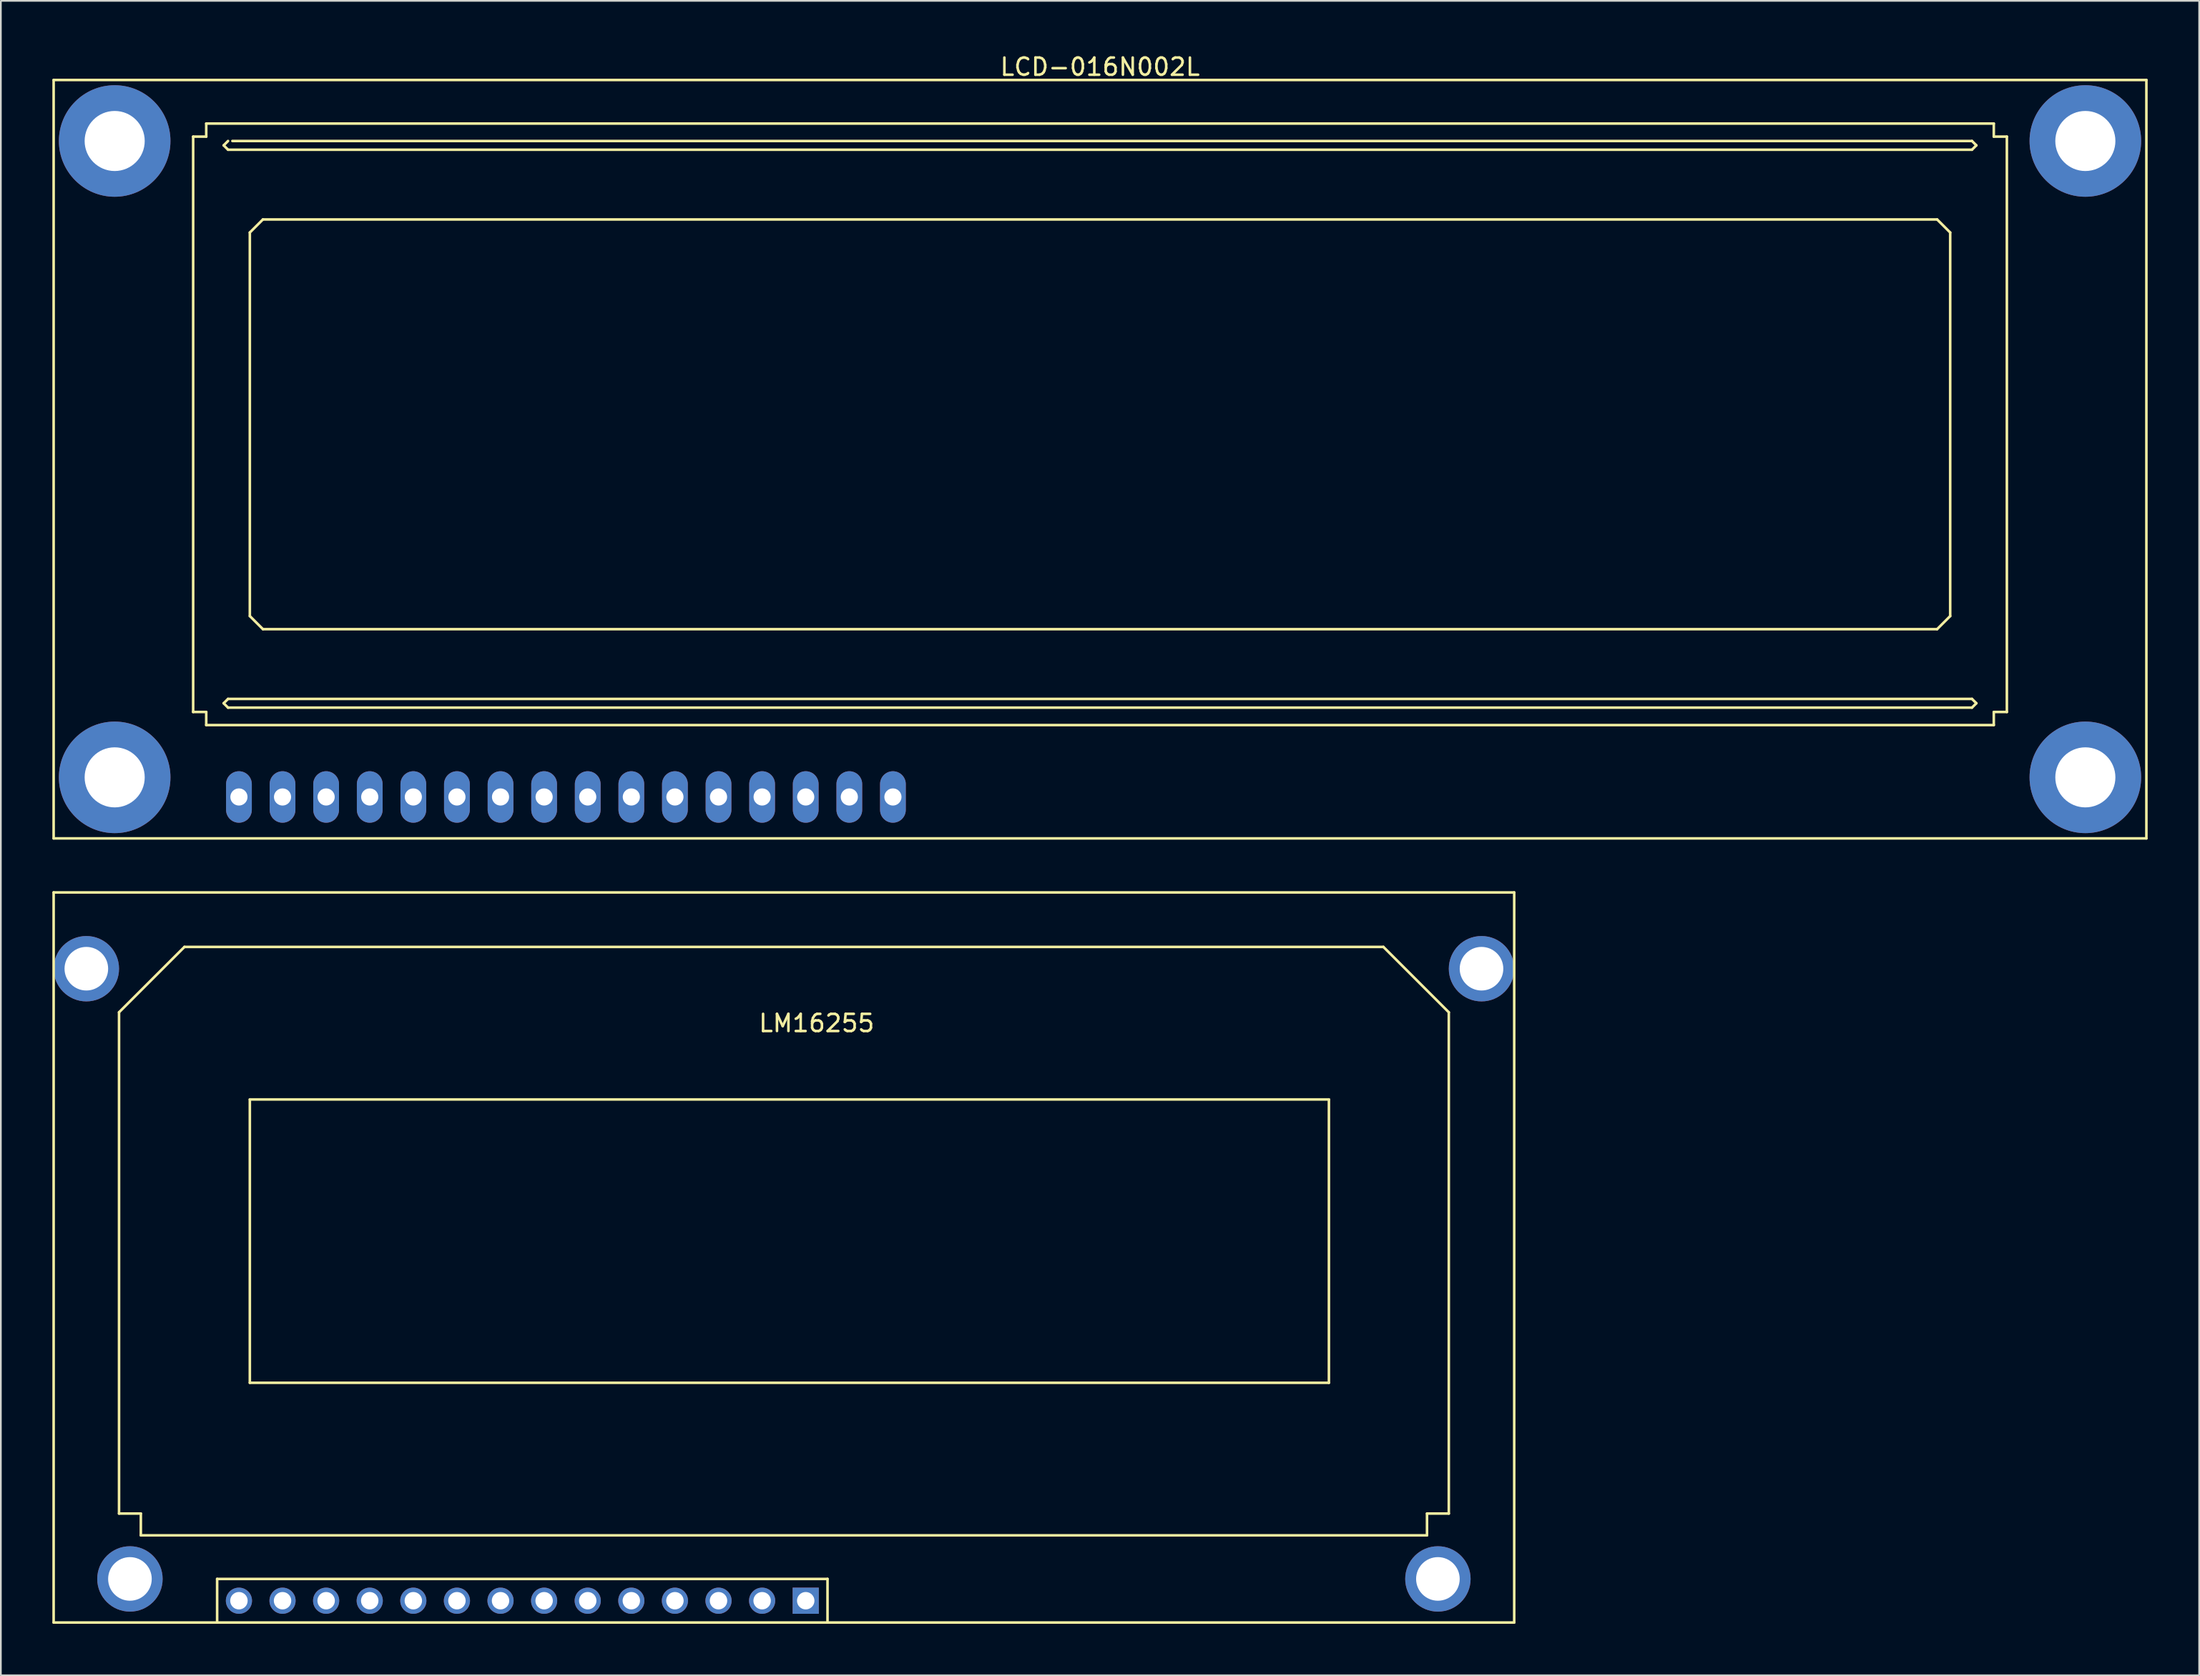
<source format=kicad_pcb>
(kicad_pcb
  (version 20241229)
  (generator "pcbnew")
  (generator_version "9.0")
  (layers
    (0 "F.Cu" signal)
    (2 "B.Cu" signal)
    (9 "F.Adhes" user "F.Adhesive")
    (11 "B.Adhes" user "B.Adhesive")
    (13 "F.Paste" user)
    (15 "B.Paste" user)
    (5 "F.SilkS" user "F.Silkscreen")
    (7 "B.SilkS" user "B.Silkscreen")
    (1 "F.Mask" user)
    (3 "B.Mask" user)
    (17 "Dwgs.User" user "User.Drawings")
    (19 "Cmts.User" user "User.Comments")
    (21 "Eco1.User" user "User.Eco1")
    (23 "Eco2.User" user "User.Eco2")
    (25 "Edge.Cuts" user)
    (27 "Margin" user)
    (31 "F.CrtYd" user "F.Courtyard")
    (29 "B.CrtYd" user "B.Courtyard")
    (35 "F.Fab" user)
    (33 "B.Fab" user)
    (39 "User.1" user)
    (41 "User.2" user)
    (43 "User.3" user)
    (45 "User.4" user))
  (footprint "LM16255"
    (layer "F.Cu")
    (at 27.38 90.231)
    (property "Reference" "LM16255" (at 17.145 -33.655 0) (layer "F.SilkS") (effects (font (size 1 1) (thickness 0.15))))
    (attr through_hole)
    (fp_line (start -27.305 -41.275) (end 57.785 -41.275) (stroke (width 0.15) (type solid)) (layer "F.SilkS"))
    (fp_line (start -27.305 1.27) (end -27.305 -41.275) (stroke (width 0.15) (type solid)) (layer "F.SilkS"))
    (fp_line (start -23.495 -34.29) (end -19.685 -38.1) (stroke (width 0.15) (type solid)) (layer "F.SilkS"))
    (fp_line (start -23.495 -5.08) (end -23.495 -34.29) (stroke (width 0.15) (type solid)) (layer "F.SilkS"))
    (fp_line (start -22.225 -5.08) (end -23.495 -5.08) (stroke (width 0.15) (type solid)) (layer "F.SilkS"))
    (fp_line (start -22.225 -3.81) (end -22.225 -5.08) (stroke (width 0.15) (type solid)) (layer "F.SilkS"))
    (fp_line (start -19.685 -38.1) (end 50.165 -38.1) (stroke (width 0.15) (type solid)) (layer "F.SilkS"))
    (fp_line (start -17.78 -1.27) (end 17.78 -1.27) (stroke (width 0.15) (type solid)) (layer "F.SilkS"))
    (fp_line (start -17.78 1.27) (end -17.78 -1.27) (stroke (width 0.15) (type solid)) (layer "F.SilkS"))
    (fp_line (start -15.875 -29.21) (end 46.99 -29.21) (stroke (width 0.15) (type solid)) (layer "F.SilkS"))
    (fp_line (start -15.875 -12.7) (end -15.875 -29.21) (stroke (width 0.15) (type solid)) (layer "F.SilkS"))
    (fp_line (start 17.78 -1.27) (end 17.78 1.27) (stroke (width 0.15) (type solid)) (layer "F.SilkS"))
    (fp_line (start 46.99 -29.21) (end 46.99 -12.7) (stroke (width 0.15) (type solid)) (layer "F.SilkS"))
    (fp_line (start 46.99 -12.7) (end -15.875 -12.7) (stroke (width 0.15) (type solid)) (layer "F.SilkS"))
    (fp_line (start 50.165 -38.1) (end 53.975 -34.29) (stroke (width 0.15) (type solid)) (layer "F.SilkS"))
    (fp_line (start 52.705 -5.08) (end 52.705 -3.81) (stroke (width 0.15) (type solid)) (layer "F.SilkS"))
    (fp_line (start 52.705 -3.81) (end -22.225 -3.81) (stroke (width 0.15) (type solid)) (layer "F.SilkS"))
    (fp_line (start 53.975 -34.29) (end 53.975 -5.08) (stroke (width 0.15) (type solid)) (layer "F.SilkS"))
    (fp_line (start 53.975 -5.08) (end 52.705 -5.08) (stroke (width 0.15) (type solid)) (layer "F.SilkS"))
    (fp_line (start 57.785 -41.275) (end 57.785 1.27) (stroke (width 0.15) (type solid)) (layer "F.SilkS"))
    (fp_line (start 57.785 1.27) (end -27.305 1.27) (stroke (width 0.15) (type solid)) (layer "F.SilkS"))
    (pad "1" thru_hole rect (at 16.51 0) (size 1.524 1.524) (drill 1.016) (layers "*.Cu" "*.Mask"))
    (pad "2" thru_hole circle (at 13.97 0) (size 1.524 1.524) (drill 1.016) (layers "*.Cu" "*.Mask"))
    (pad "3" thru_hole circle (at 11.43 0) (size 1.524 1.524) (drill 1.016) (layers "*.Cu" "*.Mask"))
    (pad "4" thru_hole circle (at 8.89 0) (size 1.524 1.524) (drill 1.016) (layers "*.Cu" "*.Mask"))
    (pad "5" thru_hole circle (at 6.35 0) (size 1.524 1.524) (drill 1.016) (layers "*.Cu" "*.Mask"))
    (pad "6" thru_hole circle (at 3.81 0) (size 1.524 1.524) (drill 1.016) (layers "*.Cu" "*.Mask"))
    (pad "7" thru_hole circle (at 1.27 0) (size 1.524 1.524) (drill 1.016) (layers "*.Cu" "*.Mask"))
    (pad "8" thru_hole circle (at -1.27 0) (size 1.524 1.524) (drill 1.016) (layers "*.Cu" "*.Mask"))
    (pad "9" thru_hole circle (at -3.81 0) (size 1.524 1.524) (drill 1.016) (layers "*.Cu" "*.Mask"))
    (pad "10" thru_hole circle (at -6.35 0) (size 1.524 1.524) (drill 1.016) (layers "*.Cu" "*.Mask"))
    (pad "11" thru_hole circle (at -8.89 0) (size 1.524 1.524) (drill 1.016) (layers "*.Cu" "*.Mask"))
    (pad "12" thru_hole circle (at -11.43 0) (size 1.524 1.524) (drill 1.016) (layers "*.Cu" "*.Mask"))
    (pad "13" thru_hole circle (at -13.97 0) (size 1.524 1.524) (drill 1.016) (layers "*.Cu" "*.Mask"))
    (pad "14" thru_hole circle (at -16.51 0) (size 1.524 1.524) (drill 1.016) (layers "*.Cu" "*.Mask"))
    (pad "HOLE" thru_hole circle (at -25.4 -36.83) (size 3.81 3.81) (drill 2.54) (layers "*.Cu" "*.Mask"))
    (pad "HOLE" thru_hole circle (at -22.86 -1.27) (size 3.81 3.81) (drill 2.54) (layers "*.Cu" "*.Mask"))
    (pad "HOLE" thru_hole circle (at 53.34 -1.27) (size 3.81 3.81) (drill 2.54) (layers "*.Cu" "*.Mask"))
    (pad "HOLE" thru_hole circle (at 55.88 -36.83) (size 3.81 3.81) (drill 2.54) (layers "*.Cu" "*.Mask")))
  (footprint "LCD-016N002L"
    (layer "F.Cu")
    (at 61.035 23.708)
    (property "Reference" "LCD-016N002L" (at 0 -22.86 0) (layer "F.SilkS") (effects (font (size 1 1) (thickness 0.15))))
    (attr through_hole)
    (fp_line (start -60.96 -22.098) (end 60.96 -22.098) (stroke (width 0.15) (type solid)) (layer "F.SilkS"))
    (fp_line (start -60.96 22.098) (end -60.96 -22.098) (stroke (width 0.15) (type solid)) (layer "F.SilkS"))
    (fp_line (start -52.832 -18.796) (end -52.832 14.732) (stroke (width 0.15) (type solid)) (layer "F.SilkS"))
    (fp_line (start -52.832 -18.796) (end -52.07 -18.796) (stroke (width 0.15) (type solid)) (layer "F.SilkS"))
    (fp_line (start -52.07 -18.796) (end -52.07 -19.558) (stroke (width 0.15) (type solid)) (layer "F.SilkS"))
    (fp_line (start -52.07 14.732) (end -52.832 14.732) (stroke (width 0.15) (type solid)) (layer "F.SilkS"))
    (fp_line (start -52.07 15.494) (end -52.07 14.732) (stroke (width 0.15) (type solid)) (layer "F.SilkS"))
    (fp_line (start -52.07 15.494) (end 52.07 15.494) (stroke (width 0.15) (type solid)) (layer "F.SilkS"))
    (fp_line (start -51.054 -18.288) (end -50.8 -18.034) (stroke (width 0.15) (type solid)) (layer "F.SilkS"))
    (fp_line (start -51.054 14.224) (end -50.8 13.97) (stroke (width 0.15) (type solid)) (layer "F.SilkS"))
    (fp_line (start -50.8 -18.542) (end -51.054 -18.288) (stroke (width 0.15) (type solid)) (layer "F.SilkS"))
    (fp_line (start -50.8 -18.034) (end 50.8 -18.034) (stroke (width 0.15) (type solid)) (layer "F.SilkS"))
    (fp_line (start -50.8 14.478) (end -51.054 14.224) (stroke (width 0.15) (type solid)) (layer "F.SilkS"))
    (fp_line (start -50.8 14.478) (end 50.8 14.478) (stroke (width 0.15) (type solid)) (layer "F.SilkS"))
    (fp_line (start -49.53 -13.208) (end -48.768 -13.97) (stroke (width 0.15) (type solid)) (layer "F.SilkS"))
    (fp_line (start -49.53 9.144) (end -49.53 -13.208) (stroke (width 0.15) (type solid)) (layer "F.SilkS"))
    (fp_line (start -48.768 -13.97) (end 48.768 -13.97) (stroke (width 0.15) (type solid)) (layer "F.SilkS"))
    (fp_line (start -48.768 9.906) (end -49.53 9.144) (stroke (width 0.15) (type solid)) (layer "F.SilkS"))
    (fp_line (start 48.768 -13.97) (end 49.53 -13.208) (stroke (width 0.15) (type solid)) (layer "F.SilkS"))
    (fp_line (start 48.768 9.906) (end -48.768 9.906) (stroke (width 0.15) (type solid)) (layer "F.SilkS"))
    (fp_line (start 49.53 -13.208) (end 49.53 9.144) (stroke (width 0.15) (type solid)) (layer "F.SilkS"))
    (fp_line (start 49.53 9.144) (end 48.768 9.906) (stroke (width 0.15) (type solid)) (layer "F.SilkS"))
    (fp_line (start 50.8 -18.542) (end -50.546 -18.542) (stroke (width 0.15) (type solid)) (layer "F.SilkS"))
    (fp_line (start 50.8 -18.034) (end 51.054 -18.288) (stroke (width 0.15) (type solid)) (layer "F.SilkS"))
    (fp_line (start 50.8 13.97) (end -50.8 13.97) (stroke (width 0.15) (type solid)) (layer "F.SilkS"))
    (fp_line (start 50.8 14.478) (end 51.054 14.224) (stroke (width 0.15) (type solid)) (layer "F.SilkS"))
    (fp_line (start 51.054 -18.288) (end 50.8 -18.542) (stroke (width 0.15) (type solid)) (layer "F.SilkS"))
    (fp_line (start 51.054 14.224) (end 50.8 13.97) (stroke (width 0.15) (type solid)) (layer "F.SilkS"))
    (fp_line (start 52.07 -19.558) (end -52.07 -19.558) (stroke (width 0.15) (type solid)) (layer "F.SilkS"))
    (fp_line (start 52.07 -19.558) (end 52.07 -18.796) (stroke (width 0.15) (type solid)) (layer "F.SilkS"))
    (fp_line (start 52.07 -18.796) (end 52.832 -18.796) (stroke (width 0.15) (type solid)) (layer "F.SilkS"))
    (fp_line (start 52.07 14.732) (end 52.832 14.732) (stroke (width 0.15) (type solid)) (layer "F.SilkS"))
    (fp_line (start 52.07 15.494) (end 52.07 14.732) (stroke (width 0.15) (type solid)) (layer "F.SilkS"))
    (fp_line (start 52.832 14.732) (end 52.832 -18.796) (stroke (width 0.15) (type solid)) (layer "F.SilkS"))
    (fp_line (start 60.96 -22.098) (end 60.96 22.098) (stroke (width 0.15) (type solid)) (layer "F.SilkS"))
    (fp_line (start 60.96 22.098) (end -60.96 22.098) (stroke (width 0.15) (type solid)) (layer "F.SilkS"))
    (pad "" thru_hole circle (at -57.404 -18.542) (size 6.5 6.5) (drill 3.5) (layers "*.Cu" "*.Mask"))
    (pad "" thru_hole circle (at -57.404 18.542) (size 6.5 6.5) (drill 3.5) (layers "*.Cu" "*.Mask"))
    (pad "" thru_hole circle (at 57.404 -18.542) (size 6.5 6.5) (drill 3.5) (layers "*.Cu" "*.Mask"))
    (pad "" thru_hole circle (at 57.404 18.542) (size 6.5 6.5) (drill 3.5) (layers "*.Cu" "*.Mask"))
    (pad "1" thru_hole oval (at -17.145 19.685) (size 1.5 3) (drill 1) (layers "*.Cu" "*.Mask"))
    (pad "2" thru_hole oval (at -19.685 19.685) (size 1.5 3) (drill 1) (layers "*.Cu" "*.Mask"))
    (pad "3" thru_hole oval (at -22.225 19.685) (size 1.5 3) (drill 1) (layers "*.Cu" "*.Mask"))
    (pad "4" thru_hole oval (at -24.765 19.685) (size 1.5 3) (drill 1) (layers "*.Cu" "*.Mask"))
    (pad "5" thru_hole oval (at -27.305 19.685) (size 1.5 3) (drill 1) (layers "*.Cu" "*.Mask"))
    (pad "6" thru_hole oval (at -29.845 19.685) (size 1.5 3) (drill 1) (layers "*.Cu" "*.Mask"))
    (pad "7" thru_hole oval (at -32.385 19.685) (size 1.5 3) (drill 1) (layers "*.Cu" "*.Mask"))
    (pad "8" thru_hole oval (at -34.925 19.685) (size 1.5 3) (drill 1) (layers "*.Cu" "*.Mask"))
    (pad "9" thru_hole oval (at -37.465 19.685) (size 1.5 3) (drill 1) (layers "*.Cu" "*.Mask"))
    (pad "10" thru_hole oval (at -40.005 19.685) (size 1.5 3) (drill 1) (layers "*.Cu" "*.Mask"))
    (pad "11" thru_hole oval (at -42.545 19.685) (size 1.5 3) (drill 1) (layers "*.Cu" "*.Mask"))
    (pad "12" thru_hole oval (at -45.085 19.685) (size 1.5 3) (drill 1) (layers "*.Cu" "*.Mask"))
    (pad "13" thru_hole oval (at -47.625 19.685) (size 1.5 3) (drill 1) (layers "*.Cu" "*.Mask"))
    (pad "14" thru_hole oval (at -50.165 19.685) (size 1.5 3) (drill 1) (layers "*.Cu" "*.Mask"))
    (pad "15" thru_hole oval (at -14.605 19.685) (size 1.5 3) (drill 1) (layers "*.Cu" "*.Mask"))
    (pad "16" thru_hole oval (at -12.065 19.685) (size 1.5 3) (drill 1) (layers "*.Cu" "*.Mask")))
  (gr_rect
    (start -3 -3)
    (end 125.07 94.576)
    (stroke (width 0.1) (type default))
    (fill no)
    (layer "Edge.Cuts")))
</source>
